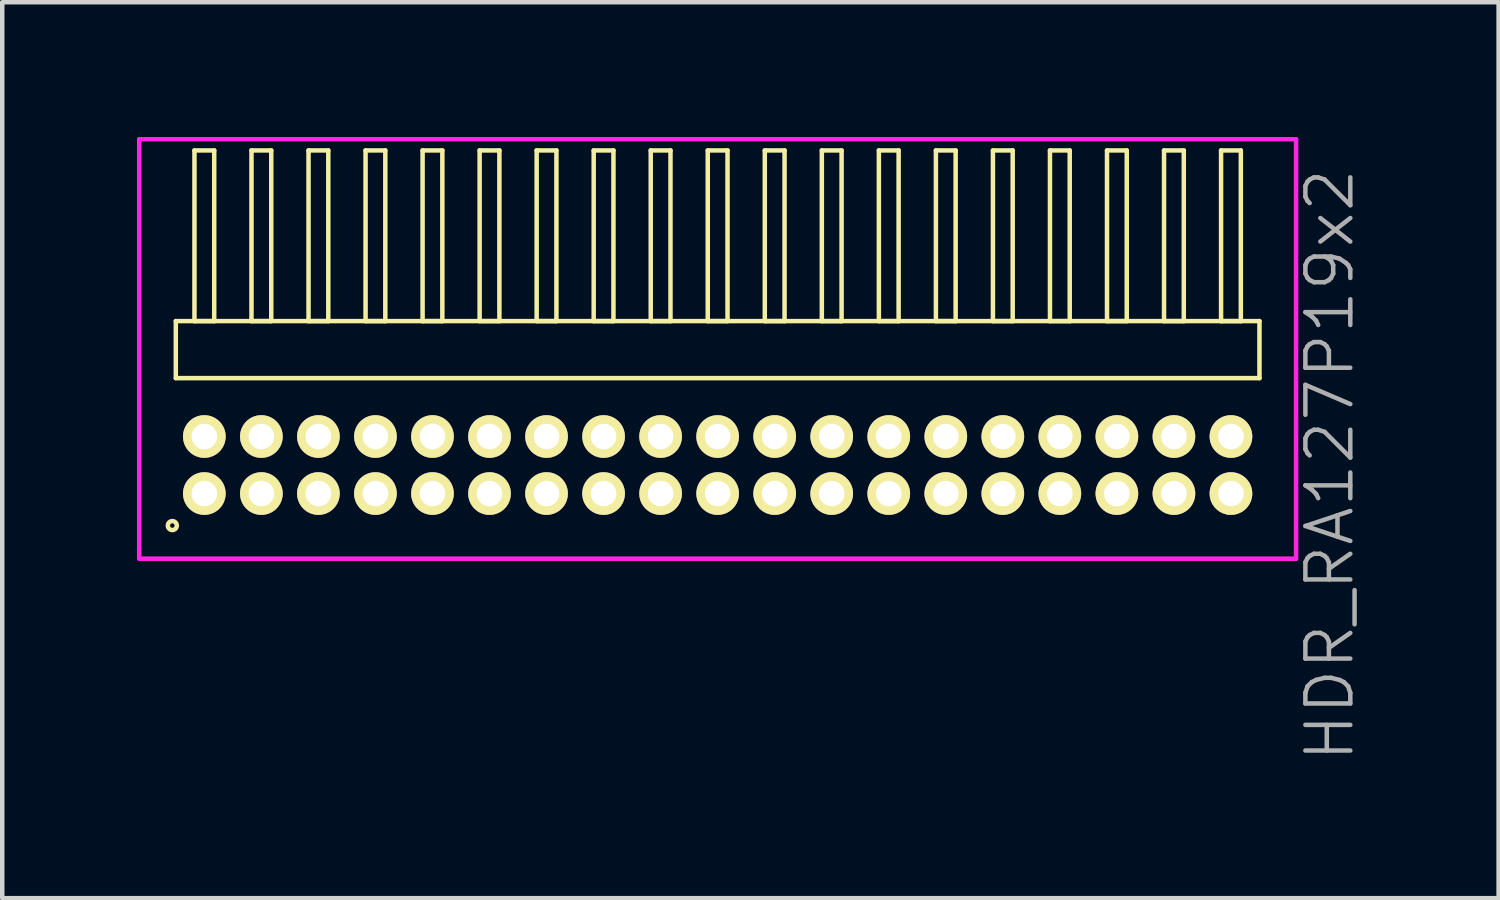
<source format=kicad_pcb>
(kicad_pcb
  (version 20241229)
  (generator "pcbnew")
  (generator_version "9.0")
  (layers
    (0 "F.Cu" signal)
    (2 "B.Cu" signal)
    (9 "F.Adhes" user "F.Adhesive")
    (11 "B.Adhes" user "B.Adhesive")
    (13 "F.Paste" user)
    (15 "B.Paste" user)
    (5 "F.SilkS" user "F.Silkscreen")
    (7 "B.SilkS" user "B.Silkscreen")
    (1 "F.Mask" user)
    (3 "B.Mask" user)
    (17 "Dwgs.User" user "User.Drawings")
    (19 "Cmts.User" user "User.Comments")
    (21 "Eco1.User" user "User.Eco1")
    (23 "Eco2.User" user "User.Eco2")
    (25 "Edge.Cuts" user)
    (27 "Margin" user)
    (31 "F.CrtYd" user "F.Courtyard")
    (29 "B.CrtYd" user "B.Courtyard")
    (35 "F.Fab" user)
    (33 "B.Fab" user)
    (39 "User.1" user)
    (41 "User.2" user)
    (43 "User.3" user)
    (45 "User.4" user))
  (footprint "HDR_RA127P19x2"
    (layer "F.Cu")
    (at 12.93 7.305)
    (property "Reference" "HDR_RA127P19x2" (at 13.63 0 90) (layer "F.Fab") (effects (font (size 1 1) (thickness 0.1))))
    (attr through_hole)
    (fp_line (start -12.065 -3.205) (end -12.065 -1.935) (stroke (width 0.1) (type solid)) (layer "F.SilkS"))
    (fp_line (start -12.065 -1.935) (end 12.065 -1.935) (stroke (width 0.1) (type solid)) (layer "F.SilkS"))
    (fp_line (start -11.65 -7.005) (end -11.65 -3.205) (stroke (width 0.1) (type solid)) (layer "F.SilkS"))
    (fp_line (start -11.65 -3.205) (end -11.21 -3.205) (stroke (width 0.1) (type solid)) (layer "F.SilkS"))
    (fp_line (start -11.21 -7.005) (end -11.65 -7.005) (stroke (width 0.1) (type solid)) (layer "F.SilkS"))
    (fp_line (start -11.21 -3.205) (end -11.21 -7.005) (stroke (width 0.1) (type solid)) (layer "F.SilkS"))
    (fp_line (start -10.38 -7.005) (end -10.38 -3.205) (stroke (width 0.1) (type solid)) (layer "F.SilkS"))
    (fp_line (start -10.38 -3.205) (end -9.94 -3.205) (stroke (width 0.1) (type solid)) (layer "F.SilkS"))
    (fp_line (start -9.94 -7.005) (end -10.38 -7.005) (stroke (width 0.1) (type solid)) (layer "F.SilkS"))
    (fp_line (start -9.94 -3.205) (end -9.94 -7.005) (stroke (width 0.1) (type solid)) (layer "F.SilkS"))
    (fp_line (start -9.11 -7.005) (end -9.11 -3.205) (stroke (width 0.1) (type solid)) (layer "F.SilkS"))
    (fp_line (start -9.11 -3.205) (end -8.67 -3.205) (stroke (width 0.1) (type solid)) (layer "F.SilkS"))
    (fp_line (start -8.67 -7.005) (end -9.11 -7.005) (stroke (width 0.1) (type solid)) (layer "F.SilkS"))
    (fp_line (start -8.67 -3.205) (end -8.67 -7.005) (stroke (width 0.1) (type solid)) (layer "F.SilkS"))
    (fp_line (start -7.84 -7.005) (end -7.84 -3.205) (stroke (width 0.1) (type solid)) (layer "F.SilkS"))
    (fp_line (start -7.84 -3.205) (end -7.4 -3.205) (stroke (width 0.1) (type solid)) (layer "F.SilkS"))
    (fp_line (start -7.4 -7.005) (end -7.84 -7.005) (stroke (width 0.1) (type solid)) (layer "F.SilkS"))
    (fp_line (start -7.4 -3.205) (end -7.4 -7.005) (stroke (width 0.1) (type solid)) (layer "F.SilkS"))
    (fp_line (start -6.57 -7.005) (end -6.57 -3.205) (stroke (width 0.1) (type solid)) (layer "F.SilkS"))
    (fp_line (start -6.57 -3.205) (end -6.13 -3.205) (stroke (width 0.1) (type solid)) (layer "F.SilkS"))
    (fp_line (start -6.13 -7.005) (end -6.57 -7.005) (stroke (width 0.1) (type solid)) (layer "F.SilkS"))
    (fp_line (start -6.13 -3.205) (end -6.13 -7.005) (stroke (width 0.1) (type solid)) (layer "F.SilkS"))
    (fp_line (start -5.3 -7.005) (end -5.3 -3.205) (stroke (width 0.1) (type solid)) (layer "F.SilkS"))
    (fp_line (start -5.3 -3.205) (end -4.86 -3.205) (stroke (width 0.1) (type solid)) (layer "F.SilkS"))
    (fp_line (start -4.86 -7.005) (end -5.3 -7.005) (stroke (width 0.1) (type solid)) (layer "F.SilkS"))
    (fp_line (start -4.86 -3.205) (end -4.86 -7.005) (stroke (width 0.1) (type solid)) (layer "F.SilkS"))
    (fp_line (start -4.03 -7.005) (end -4.03 -3.205) (stroke (width 0.1) (type solid)) (layer "F.SilkS"))
    (fp_line (start -4.03 -3.205) (end -3.59 -3.205) (stroke (width 0.1) (type solid)) (layer "F.SilkS"))
    (fp_line (start -3.59 -7.005) (end -4.03 -7.005) (stroke (width 0.1) (type solid)) (layer "F.SilkS"))
    (fp_line (start -3.59 -3.205) (end -3.59 -7.005) (stroke (width 0.1) (type solid)) (layer "F.SilkS"))
    (fp_line (start -2.76 -7.005) (end -2.76 -3.205) (stroke (width 0.1) (type solid)) (layer "F.SilkS"))
    (fp_line (start -2.76 -3.205) (end -2.32 -3.205) (stroke (width 0.1) (type solid)) (layer "F.SilkS"))
    (fp_line (start -2.32 -7.005) (end -2.76 -7.005) (stroke (width 0.1) (type solid)) (layer "F.SilkS"))
    (fp_line (start -2.32 -3.205) (end -2.32 -7.005) (stroke (width 0.1) (type solid)) (layer "F.SilkS"))
    (fp_line (start -1.49 -7.005) (end -1.49 -3.205) (stroke (width 0.1) (type solid)) (layer "F.SilkS"))
    (fp_line (start -1.49 -3.205) (end -1.05 -3.205) (stroke (width 0.1) (type solid)) (layer "F.SilkS"))
    (fp_line (start -1.05 -7.005) (end -1.49 -7.005) (stroke (width 0.1) (type solid)) (layer "F.SilkS"))
    (fp_line (start -1.05 -3.205) (end -1.05 -7.005) (stroke (width 0.1) (type solid)) (layer "F.SilkS"))
    (fp_line (start -0.22 -7.005) (end -0.22 -3.205) (stroke (width 0.1) (type solid)) (layer "F.SilkS"))
    (fp_line (start -0.22 -3.205) (end 0.22 -3.205) (stroke (width 0.1) (type solid)) (layer "F.SilkS"))
    (fp_line (start 0.22 -7.005) (end -0.22 -7.005) (stroke (width 0.1) (type solid)) (layer "F.SilkS"))
    (fp_line (start 0.22 -3.205) (end 0.22 -7.005) (stroke (width 0.1) (type solid)) (layer "F.SilkS"))
    (fp_line (start 1.05 -7.005) (end 1.05 -3.205) (stroke (width 0.1) (type solid)) (layer "F.SilkS"))
    (fp_line (start 1.05 -3.205) (end 1.49 -3.205) (stroke (width 0.1) (type solid)) (layer "F.SilkS"))
    (fp_line (start 1.49 -7.005) (end 1.05 -7.005) (stroke (width 0.1) (type solid)) (layer "F.SilkS"))
    (fp_line (start 1.49 -3.205) (end 1.49 -7.005) (stroke (width 0.1) (type solid)) (layer "F.SilkS"))
    (fp_line (start 2.32 -7.005) (end 2.32 -3.205) (stroke (width 0.1) (type solid)) (layer "F.SilkS"))
    (fp_line (start 2.32 -3.205) (end 2.76 -3.205) (stroke (width 0.1) (type solid)) (layer "F.SilkS"))
    (fp_line (start 2.76 -7.005) (end 2.32 -7.005) (stroke (width 0.1) (type solid)) (layer "F.SilkS"))
    (fp_line (start 2.76 -3.205) (end 2.76 -7.005) (stroke (width 0.1) (type solid)) (layer "F.SilkS"))
    (fp_line (start 3.59 -7.005) (end 3.59 -3.205) (stroke (width 0.1) (type solid)) (layer "F.SilkS"))
    (fp_line (start 3.59 -3.205) (end 4.03 -3.205) (stroke (width 0.1) (type solid)) (layer "F.SilkS"))
    (fp_line (start 4.03 -7.005) (end 3.59 -7.005) (stroke (width 0.1) (type solid)) (layer "F.SilkS"))
    (fp_line (start 4.03 -3.205) (end 4.03 -7.005) (stroke (width 0.1) (type solid)) (layer "F.SilkS"))
    (fp_line (start 4.86 -7.005) (end 4.86 -3.205) (stroke (width 0.1) (type solid)) (layer "F.SilkS"))
    (fp_line (start 4.86 -3.205) (end 5.3 -3.205) (stroke (width 0.1) (type solid)) (layer "F.SilkS"))
    (fp_line (start 5.3 -7.005) (end 4.86 -7.005) (stroke (width 0.1) (type solid)) (layer "F.SilkS"))
    (fp_line (start 5.3 -3.205) (end 5.3 -7.005) (stroke (width 0.1) (type solid)) (layer "F.SilkS"))
    (fp_line (start 6.13 -7.005) (end 6.13 -3.205) (stroke (width 0.1) (type solid)) (layer "F.SilkS"))
    (fp_line (start 6.13 -3.205) (end 6.57 -3.205) (stroke (width 0.1) (type solid)) (layer "F.SilkS"))
    (fp_line (start 6.57 -7.005) (end 6.13 -7.005) (stroke (width 0.1) (type solid)) (layer "F.SilkS"))
    (fp_line (start 6.57 -3.205) (end 6.57 -7.005) (stroke (width 0.1) (type solid)) (layer "F.SilkS"))
    (fp_line (start 7.4 -7.005) (end 7.4 -3.205) (stroke (width 0.1) (type solid)) (layer "F.SilkS"))
    (fp_line (start 7.4 -3.205) (end 7.84 -3.205) (stroke (width 0.1) (type solid)) (layer "F.SilkS"))
    (fp_line (start 7.84 -7.005) (end 7.4 -7.005) (stroke (width 0.1) (type solid)) (layer "F.SilkS"))
    (fp_line (start 7.84 -3.205) (end 7.84 -7.005) (stroke (width 0.1) (type solid)) (layer "F.SilkS"))
    (fp_line (start 8.67 -7.005) (end 8.67 -3.205) (stroke (width 0.1) (type solid)) (layer "F.SilkS"))
    (fp_line (start 8.67 -3.205) (end 9.11 -3.205) (stroke (width 0.1) (type solid)) (layer "F.SilkS"))
    (fp_line (start 9.11 -7.005) (end 8.67 -7.005) (stroke (width 0.1) (type solid)) (layer "F.SilkS"))
    (fp_line (start 9.11 -3.205) (end 9.11 -7.005) (stroke (width 0.1) (type solid)) (layer "F.SilkS"))
    (fp_line (start 9.94 -7.005) (end 9.94 -3.205) (stroke (width 0.1) (type solid)) (layer "F.SilkS"))
    (fp_line (start 9.94 -3.205) (end 10.38 -3.205) (stroke (width 0.1) (type solid)) (layer "F.SilkS"))
    (fp_line (start 10.38 -7.005) (end 9.94 -7.005) (stroke (width 0.1) (type solid)) (layer "F.SilkS"))
    (fp_line (start 10.38 -3.205) (end 10.38 -7.005) (stroke (width 0.1) (type solid)) (layer "F.SilkS"))
    (fp_line (start 11.21 -7.005) (end 11.21 -3.205) (stroke (width 0.1) (type solid)) (layer "F.SilkS"))
    (fp_line (start 11.21 -3.205) (end 11.65 -3.205) (stroke (width 0.1) (type solid)) (layer "F.SilkS"))
    (fp_line (start 11.65 -7.005) (end 11.21 -7.005) (stroke (width 0.1) (type solid)) (layer "F.SilkS"))
    (fp_line (start 11.65 -3.205) (end 11.65 -7.005) (stroke (width 0.1) (type solid)) (layer "F.SilkS"))
    (fp_line (start 12.065 -3.205) (end -12.065 -3.205) (stroke (width 0.1) (type solid)) (layer "F.SilkS"))
    (fp_line (start 12.065 -1.935) (end 12.065 -3.205) (stroke (width 0.1) (type solid)) (layer "F.SilkS"))
    (fp_circle (center -12.143 1.348) (end -12.043 1.348) (stroke (width 0.1) (type solid)) (fill no) (layer "F.SilkS"))
    (fp_line (start -12.88 -7.255) (end -12.88 2.085) (stroke (width 0.1) (type solid)) (layer "F.CrtYd"))
    (fp_line (start -12.88 2.085) (end 12.88 2.085) (stroke (width 0.1) (type solid)) (layer "F.CrtYd"))
    (fp_line (start 12.88 -7.255) (end -12.88 -7.255) (stroke (width 0.1) (type solid)) (layer "F.CrtYd"))
    (fp_line (start 12.88 2.085) (end 12.88 -7.255) (stroke (width 0.1) (type solid)) (layer "F.CrtYd"))
    (pad "1" thru_hole oval (at -11.43 0.635) (size 0.95 0.95) (drill 0.57) (layers "*.Cu" "*.Mask" "F.SilkS"))
    (pad "2" thru_hole oval (at -11.43 -0.635) (size 0.95 0.95) (drill 0.57) (layers "*.Cu" "*.Mask" "F.SilkS"))
    (pad "3" thru_hole oval (at -10.16 0.635) (size 0.95 0.95) (drill 0.57) (layers "*.Cu" "*.Mask" "F.SilkS"))
    (pad "4" thru_hole oval (at -10.16 -0.635) (size 0.95 0.95) (drill 0.57) (layers "*.Cu" "*.Mask" "F.SilkS"))
    (pad "5" thru_hole oval (at -8.89 0.635) (size 0.95 0.95) (drill 0.57) (layers "*.Cu" "*.Mask" "F.SilkS"))
    (pad "6" thru_hole oval (at -8.89 -0.635) (size 0.95 0.95) (drill 0.57) (layers "*.Cu" "*.Mask" "F.SilkS"))
    (pad "7" thru_hole oval (at -7.62 0.635) (size 0.95 0.95) (drill 0.57) (layers "*.Cu" "*.Mask" "F.SilkS"))
    (pad "8" thru_hole oval (at -7.62 -0.635) (size 0.95 0.95) (drill 0.57) (layers "*.Cu" "*.Mask" "F.SilkS"))
    (pad "9" thru_hole oval (at -6.35 0.635) (size 0.95 0.95) (drill 0.57) (layers "*.Cu" "*.Mask" "F.SilkS"))
    (pad "10" thru_hole oval (at -6.35 -0.635) (size 0.95 0.95) (drill 0.57) (layers "*.Cu" "*.Mask" "F.SilkS"))
    (pad "11" thru_hole oval (at -5.08 0.635) (size 0.95 0.95) (drill 0.57) (layers "*.Cu" "*.Mask" "F.SilkS"))
    (pad "12" thru_hole oval (at -5.08 -0.635) (size 0.95 0.95) (drill 0.57) (layers "*.Cu" "*.Mask" "F.SilkS"))
    (pad "13" thru_hole oval (at -3.81 0.635) (size 0.95 0.95) (drill 0.57) (layers "*.Cu" "*.Mask" "F.SilkS"))
    (pad "14" thru_hole oval (at -3.81 -0.635) (size 0.95 0.95) (drill 0.57) (layers "*.Cu" "*.Mask" "F.SilkS"))
    (pad "15" thru_hole oval (at -2.54 0.635) (size 0.95 0.95) (drill 0.57) (layers "*.Cu" "*.Mask" "F.SilkS"))
    (pad "16" thru_hole oval (at -2.54 -0.635) (size 0.95 0.95) (drill 0.57) (layers "*.Cu" "*.Mask" "F.SilkS"))
    (pad "17" thru_hole oval (at -1.27 0.635) (size 0.95 0.95) (drill 0.57) (layers "*.Cu" "*.Mask" "F.SilkS"))
    (pad "18" thru_hole oval (at -1.27 -0.635) (size 0.95 0.95) (drill 0.57) (layers "*.Cu" "*.Mask" "F.SilkS"))
    (pad "19" thru_hole oval (at 0 0.635) (size 0.95 0.95) (drill 0.57) (layers "*.Cu" "*.Mask" "F.SilkS"))
    (pad "20" thru_hole oval (at 0 -0.635) (size 0.95 0.95) (drill 0.57) (layers "*.Cu" "*.Mask" "F.SilkS"))
    (pad "21" thru_hole oval (at 1.27 0.635) (size 0.95 0.95) (drill 0.57) (layers "*.Cu" "*.Mask" "F.SilkS"))
    (pad "22" thru_hole oval (at 1.27 -0.635) (size 0.95 0.95) (drill 0.57) (layers "*.Cu" "*.Mask" "F.SilkS"))
    (pad "23" thru_hole oval (at 2.54 0.635) (size 0.95 0.95) (drill 0.57) (layers "*.Cu" "*.Mask" "F.SilkS"))
    (pad "24" thru_hole oval (at 2.54 -0.635) (size 0.95 0.95) (drill 0.57) (layers "*.Cu" "*.Mask" "F.SilkS"))
    (pad "25" thru_hole oval (at 3.81 0.635) (size 0.95 0.95) (drill 0.57) (layers "*.Cu" "*.Mask" "F.SilkS"))
    (pad "26" thru_hole oval (at 3.81 -0.635) (size 0.95 0.95) (drill 0.57) (layers "*.Cu" "*.Mask" "F.SilkS"))
    (pad "27" thru_hole oval (at 5.08 0.635) (size 0.95 0.95) (drill 0.57) (layers "*.Cu" "*.Mask" "F.SilkS"))
    (pad "28" thru_hole oval (at 5.08 -0.635) (size 0.95 0.95) (drill 0.57) (layers "*.Cu" "*.Mask" "F.SilkS"))
    (pad "29" thru_hole oval (at 6.35 0.635) (size 0.95 0.95) (drill 0.57) (layers "*.Cu" "*.Mask" "F.SilkS"))
    (pad "30" thru_hole oval (at 6.35 -0.635) (size 0.95 0.95) (drill 0.57) (layers "*.Cu" "*.Mask" "F.SilkS"))
    (pad "31" thru_hole oval (at 7.62 0.635) (size 0.95 0.95) (drill 0.57) (layers "*.Cu" "*.Mask" "F.SilkS"))
    (pad "32" thru_hole oval (at 7.62 -0.635) (size 0.95 0.95) (drill 0.57) (layers "*.Cu" "*.Mask" "F.SilkS"))
    (pad "33" thru_hole oval (at 8.89 0.635) (size 0.95 0.95) (drill 0.57) (layers "*.Cu" "*.Mask" "F.SilkS"))
    (pad "34" thru_hole oval (at 8.89 -0.635) (size 0.95 0.95) (drill 0.57) (layers "*.Cu" "*.Mask" "F.SilkS"))
    (pad "35" thru_hole oval (at 10.16 0.635) (size 0.95 0.95) (drill 0.57) (layers "*.Cu" "*.Mask" "F.SilkS"))
    (pad "36" thru_hole oval (at 10.16 -0.635) (size 0.95 0.95) (drill 0.57) (layers "*.Cu" "*.Mask" "F.SilkS"))
    (pad "37" thru_hole oval (at 11.43 0.635) (size 0.95 0.95) (drill 0.57) (layers "*.Cu" "*.Mask" "F.SilkS"))
    (pad "38" thru_hole oval (at 11.43 -0.635) (size 0.95 0.95) (drill 0.57) (layers "*.Cu" "*.Mask" "F.SilkS")))
  (gr_rect
    (start -3 -3)
    (end 30.32 16.95)
    (stroke (width 0.1) (type default))
    (fill no)
    (layer "Edge.Cuts")))
</source>
